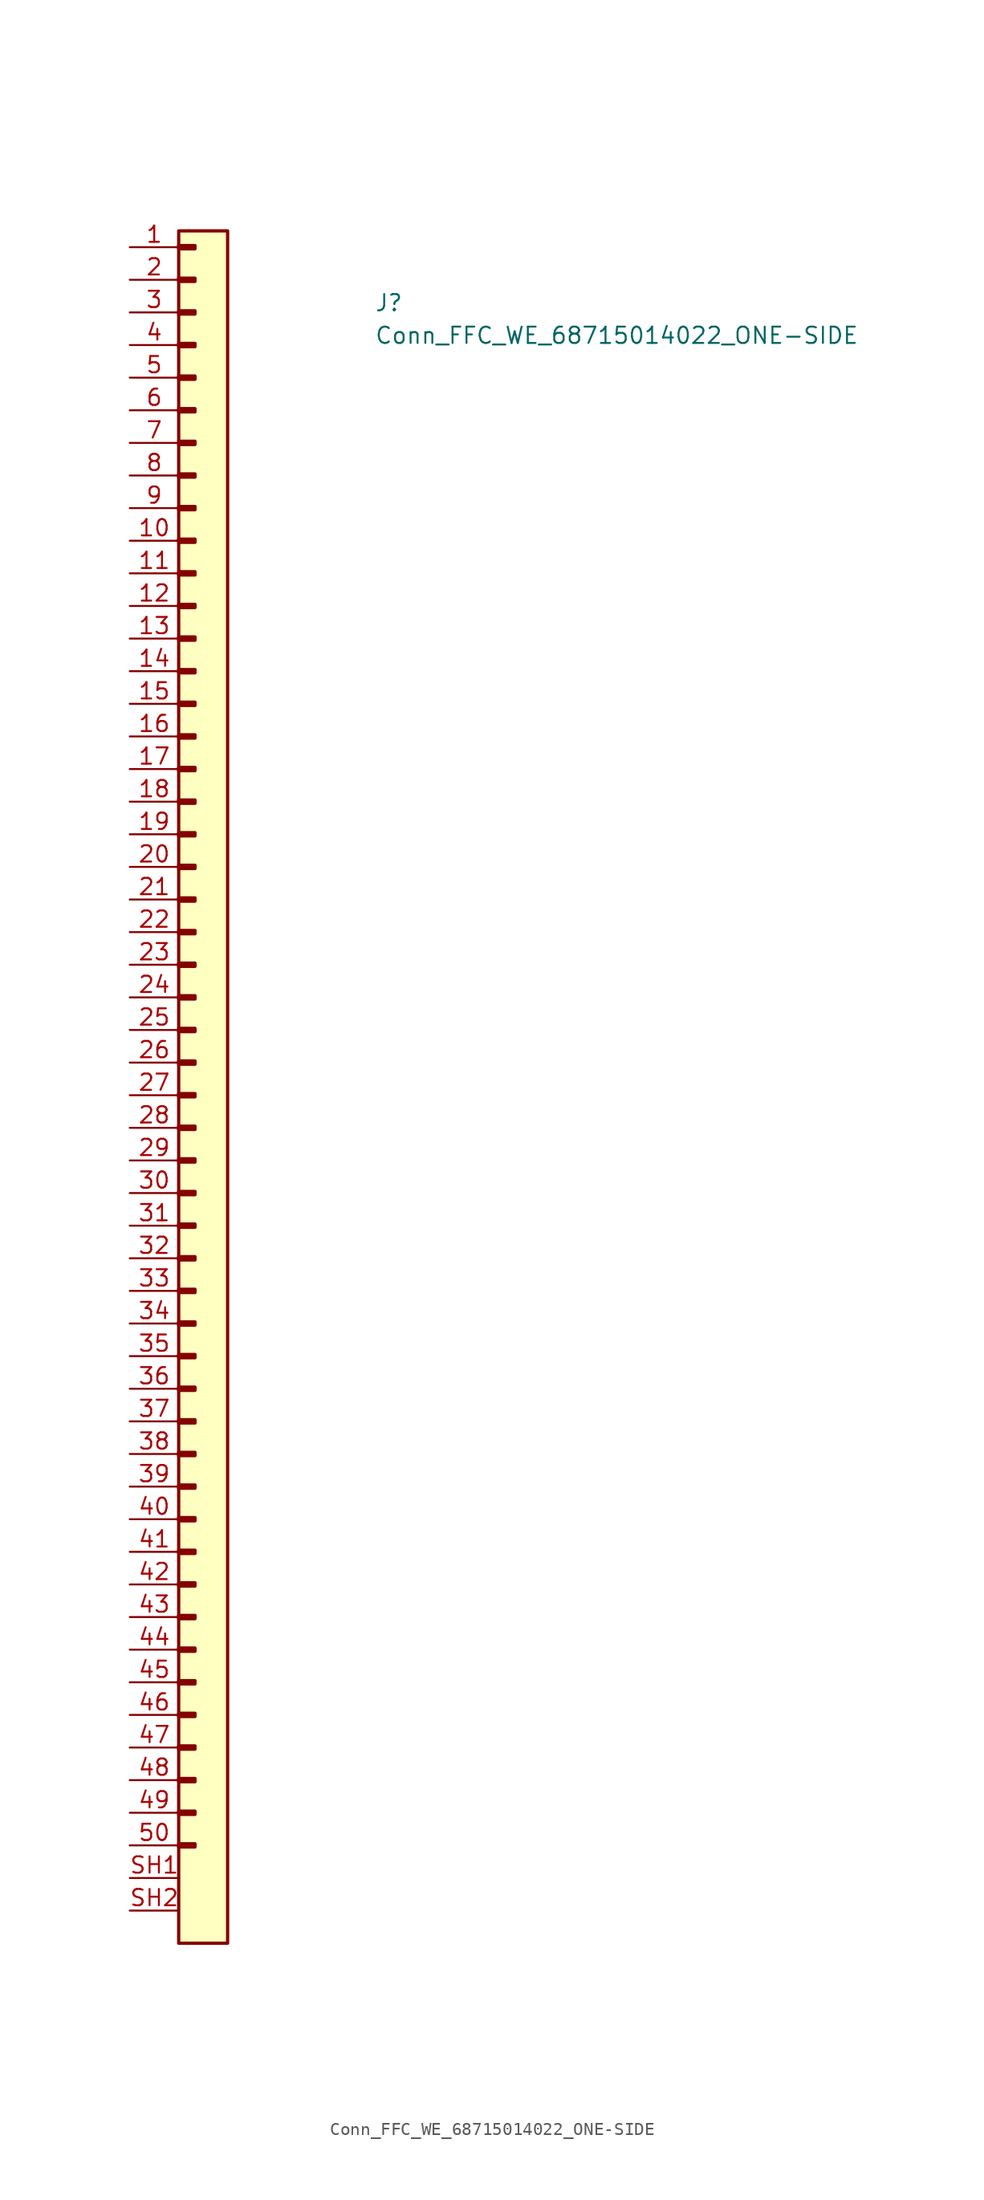
<source format=kicad_sym>
(kicad_symbol_lib
  (version 20211014)
  (generator kicad_symbol_editor)
  (symbol "Conn_FFC_WE_68715014022_ONE-SIDE"
    (pin_names hide)
    (property "Reference" "J"
      (at 19.05 -5.08 0)
      (effects (font (size 1.27 1.27) (thickness 0.15)) (justify left bottom)))
    (property "Value" "Conn_FFC_WE_68715014022_ONE-SIDE"
      (at 19.05 -7.62 0)
      (effects (font (size 1.27 1.27) (thickness 0.15)) (justify left bottom)))
    (symbol "Conn_FFC_WE_68715014022_ONE-SIDE_1_1"
      (rectangle (start 3.81 -124.333) (end 5.08 -124.587) (stroke (width 0.254) (type default) (color 0 0 0 0)) (fill (type background)))
      (rectangle (start 3.81 -121.793) (end 5.08 -122.047) (stroke (width 0.254) (type default) (color 0 0 0 0)) (fill (type background)))
      (rectangle (start 3.81 -119.253) (end 5.08 -119.507) (stroke (width 0.254) (type default) (color 0 0 0 0)) (fill (type background)))
      (rectangle (start 3.81 -116.713) (end 5.08 -116.967) (stroke (width 0.254) (type default) (color 0 0 0 0)) (fill (type background)))
      (rectangle (start 3.81 -114.173) (end 5.08 -114.427) (stroke (width 0.254) (type default) (color 0 0 0 0)) (fill (type background)))
      (rectangle (start 3.81 -111.633) (end 5.08 -111.887) (stroke (width 0.254) (type default) (color 0 0 0 0)) (fill (type background)))
      (rectangle (start 3.81 -109.093) (end 5.08 -109.347) (stroke (width 0.254) (type default) (color 0 0 0 0)) (fill (type background)))
      (rectangle (start 3.81 -106.553) (end 5.08 -106.807) (stroke (width 0.254) (type default) (color 0 0 0 0)) (fill (type background)))
      (rectangle (start 3.81 -104.013) (end 5.08 -104.267) (stroke (width 0.254) (type default) (color 0 0 0 0)) (fill (type background)))
      (rectangle (start 3.81 -101.473) (end 5.08 -101.727) (stroke (width 0.254) (type default) (color 0 0 0 0)) (fill (type background)))
      (rectangle (start 3.81 -98.933) (end 5.08 -99.187) (stroke (width 0.254) (type default) (color 0 0 0 0)) (fill (type background)))
      (rectangle (start 3.81 -96.393) (end 5.08 -96.647) (stroke (width 0.254) (type default) (color 0 0 0 0)) (fill (type background)))
      (rectangle (start 3.81 -93.853) (end 5.08 -94.107) (stroke (width 0.254) (type default) (color 0 0 0 0)) (fill (type background)))
      (rectangle (start 3.81 -91.313) (end 5.08 -91.567) (stroke (width 0.254) (type default) (color 0 0 0 0)) (fill (type background)))
      (rectangle (start 3.81 -88.773) (end 5.08 -89.027) (stroke (width 0.254) (type default) (color 0 0 0 0)) (fill (type background)))
      (rectangle (start 3.81 -86.233) (end 5.08 -86.487) (stroke (width 0.254) (type default) (color 0 0 0 0)) (fill (type background)))
      (rectangle (start 3.81 -83.693) (end 5.08 -83.947) (stroke (width 0.254) (type default) (color 0 0 0 0)) (fill (type background)))
      (rectangle (start 3.81 -81.153) (end 5.08 -81.407) (stroke (width 0.254) (type default) (color 0 0 0 0)) (fill (type background)))
      (rectangle (start 3.81 -78.613) (end 5.08 -78.867) (stroke (width 0.254) (type default) (color 0 0 0 0)) (fill (type background)))
      (rectangle (start 3.81 -76.073) (end 5.08 -76.327) (stroke (width 0.254) (type default) (color 0 0 0 0)) (fill (type background)))
      (rectangle (start 3.81 -73.533) (end 5.08 -73.787) (stroke (width 0.254) (type default) (color 0 0 0 0)) (fill (type background)))
      (rectangle (start 3.81 -70.993) (end 5.08 -71.247) (stroke (width 0.254) (type default) (color 0 0 0 0)) (fill (type background)))
      (rectangle (start 3.81 -68.453) (end 5.08 -68.707) (stroke (width 0.254) (type default) (color 0 0 0 0)) (fill (type background)))
      (rectangle (start 3.81 -65.913) (end 5.08 -66.167) (stroke (width 0.254) (type default) (color 0 0 0 0)) (fill (type background)))
      (rectangle (start 3.81 -63.373) (end 5.08 -63.627) (stroke (width 0.254) (type default) (color 0 0 0 0)) (fill (type background)))
      (rectangle (start 3.81 -60.833) (end 5.08 -61.087) (stroke (width 0.254) (type default) (color 0 0 0 0)) (fill (type background)))
      (rectangle (start 3.81 -58.293) (end 5.08 -58.547) (stroke (width 0.254) (type default) (color 0 0 0 0)) (fill (type background)))
      (rectangle (start 3.81 -55.753) (end 5.08 -56.007) (stroke (width 0.254) (type default) (color 0 0 0 0)) (fill (type background)))
      (rectangle (start 3.81 -53.213) (end 5.08 -53.467) (stroke (width 0.254) (type default) (color 0 0 0 0)) (fill (type background)))
      (rectangle (start 3.81 -50.673) (end 5.08 -50.927) (stroke (width 0.254) (type default) (color 0 0 0 0)) (fill (type background)))
      (rectangle (start 3.81 -48.133) (end 5.08 -48.387) (stroke (width 0.254) (type default) (color 0 0 0 0)) (fill (type background)))
      (rectangle (start 3.81 -45.593) (end 5.08 -45.847) (stroke (width 0.254) (type default) (color 0 0 0 0)) (fill (type background)))
      (rectangle (start 3.81 -43.053) (end 5.08 -43.307) (stroke (width 0.254) (type default) (color 0 0 0 0)) (fill (type background)))
      (rectangle (start 3.81 -40.513) (end 5.08 -40.767) (stroke (width 0.254) (type default) (color 0 0 0 0)) (fill (type background)))
      (rectangle (start 3.81 -37.973) (end 5.08 -38.227) (stroke (width 0.254) (type default) (color 0 0 0 0)) (fill (type background)))
      (rectangle (start 3.81 -35.433) (end 5.08 -35.687) (stroke (width 0.254) (type default) (color 0 0 0 0)) (fill (type background)))
      (rectangle (start 3.81 -32.893) (end 5.08 -33.147) (stroke (width 0.254) (type default) (color 0 0 0 0)) (fill (type background)))
      (rectangle (start 3.81 -30.353) (end 5.08 -30.607) (stroke (width 0.254) (type default) (color 0 0 0 0)) (fill (type background)))
      (rectangle (start 3.81 -27.813) (end 5.08 -28.067) (stroke (width 0.254) (type default) (color 0 0 0 0)) (fill (type background)))
      (rectangle (start 3.81 -25.273) (end 5.08 -25.527) (stroke (width 0.254) (type default) (color 0 0 0 0)) (fill (type background)))
      (rectangle (start 3.81 -22.733) (end 5.08 -22.987) (stroke (width 0.254) (type default) (color 0 0 0 0)) (fill (type background)))
      (rectangle (start 3.81 -20.193) (end 5.08 -20.447) (stroke (width 0.254) (type default) (color 0 0 0 0)) (fill (type background)))
      (rectangle (start 3.81 -17.653) (end 5.08 -17.907) (stroke (width 0.254) (type default) (color 0 0 0 0)) (fill (type background)))
      (rectangle (start 3.81 -15.113) (end 5.08 -15.367) (stroke (width 0.254) (type default) (color 0 0 0 0)) (fill (type background)))
      (rectangle (start 3.81 -12.573) (end 5.08 -12.827) (stroke (width 0.254) (type default) (color 0 0 0 0)) (fill (type background)))
      (rectangle (start 3.81 -10.033) (end 5.08 -10.287) (stroke (width 0.254) (type default) (color 0 0 0 0)) (fill (type background)))
      (rectangle (start 3.81 -7.493) (end 5.08 -7.747) (stroke (width 0.254) (type default) (color 0 0 0 0)) (fill (type background)))
      (rectangle (start 3.81 -4.953) (end 5.08 -5.207) (stroke (width 0.254) (type default) (color 0 0 0 0)) (fill (type background)))
      (rectangle (start 3.81 -2.413) (end 5.08 -2.667) (stroke (width 0.254) (type default) (color 0 0 0 0)) (fill (type background)))
      (rectangle (start 3.81 0.127) (end 5.08 -0.127) (stroke (width 0.254) (type default) (color 0 0 0 0)) (fill (type background)))
      (rectangle (start 3.81 1.27) (end 7.62 -132.08) (stroke (width 0.254) (type default) (color 0 0 0 0)) (fill (type background)))
      (pin passive line (at 0 0 0) (length 3.81) (name "~" (effects (font (size 1.27 1.27)))) (number "1" (effects (font (size 1.27 1.27)))))
      (pin passive line (at 0 -22.86 0) (length 3.81) (name "~" (effects (font (size 1.27 1.27)))) (number "10" (effects (font (size 1.27 1.27)))))
      (pin passive line (at 0 -25.4 0) (length 3.81) (name "~" (effects (font (size 1.27 1.27)))) (number "11" (effects (font (size 1.27 1.27)))))
      (pin passive line (at 0 -27.94 0) (length 3.81) (name "~" (effects (font (size 1.27 1.27)))) (number "12" (effects (font (size 1.27 1.27)))))
      (pin passive line (at 0 -30.48 0) (length 3.81) (name "~" (effects (font (size 1.27 1.27)))) (number "13" (effects (font (size 1.27 1.27)))))
      (pin passive line (at 0 -33.02 0) (length 3.81) (name "~" (effects (font (size 1.27 1.27)))) (number "14" (effects (font (size 1.27 1.27)))))
      (pin passive line (at 0 -35.56 0) (length 3.81) (name "~" (effects (font (size 1.27 1.27)))) (number "15" (effects (font (size 1.27 1.27)))))
      (pin passive line (at 0 -38.1 0) (length 3.81) (name "~" (effects (font (size 1.27 1.27)))) (number "16" (effects (font (size 1.27 1.27)))))
      (pin passive line (at 0 -40.64 0) (length 3.81) (name "~" (effects (font (size 1.27 1.27)))) (number "17" (effects (font (size 1.27 1.27)))))
      (pin passive line (at 0 -43.18 0) (length 3.81) (name "~" (effects (font (size 1.27 1.27)))) (number "18" (effects (font (size 1.27 1.27)))))
      (pin passive line (at 0 -45.72 0) (length 3.81) (name "~" (effects (font (size 1.27 1.27)))) (number "19" (effects (font (size 1.27 1.27)))))
      (pin passive line (at 0 -2.54 0) (length 3.81) (name "~" (effects (font (size 1.27 1.27)))) (number "2" (effects (font (size 1.27 1.27)))))
      (pin passive line (at 0 -48.26 0) (length 3.81) (name "~" (effects (font (size 1.27 1.27)))) (number "20" (effects (font (size 1.27 1.27)))))
      (pin passive line (at 0 -50.8 0) (length 3.81) (name "~" (effects (font (size 1.27 1.27)))) (number "21" (effects (font (size 1.27 1.27)))))
      (pin passive line (at 0 -53.34 0) (length 3.81) (name "~" (effects (font (size 1.27 1.27)))) (number "22" (effects (font (size 1.27 1.27)))))
      (pin passive line (at 0 -55.88 0) (length 3.81) (name "~" (effects (font (size 1.27 1.27)))) (number "23" (effects (font (size 1.27 1.27)))))
      (pin passive line (at 0 -58.42 0) (length 3.81) (name "~" (effects (font (size 1.27 1.27)))) (number "24" (effects (font (size 1.27 1.27)))))
      (pin passive line (at 0 -60.96 0) (length 3.81) (name "~" (effects (font (size 1.27 1.27)))) (number "25" (effects (font (size 1.27 1.27)))))
      (pin passive line (at 0 -63.5 0) (length 3.81) (name "~" (effects (font (size 1.27 1.27)))) (number "26" (effects (font (size 1.27 1.27)))))
      (pin passive line (at 0 -66.04 0) (length 3.81) (name "~" (effects (font (size 1.27 1.27)))) (number "27" (effects (font (size 1.27 1.27)))))
      (pin passive line (at 0 -68.58 0) (length 3.81) (name "~" (effects (font (size 1.27 1.27)))) (number "28" (effects (font (size 1.27 1.27)))))
      (pin passive line (at 0 -71.12 0) (length 3.81) (name "~" (effects (font (size 1.27 1.27)))) (number "29" (effects (font (size 1.27 1.27)))))
      (pin passive line (at 0 -5.08 0) (length 3.81) (name "~" (effects (font (size 1.27 1.27)))) (number "3" (effects (font (size 1.27 1.27)))))
      (pin passive line (at 0 -73.66 0) (length 3.81) (name "~" (effects (font (size 1.27 1.27)))) (number "30" (effects (font (size 1.27 1.27)))))
      (pin passive line (at 0 -76.2 0) (length 3.81) (name "~" (effects (font (size 1.27 1.27)))) (number "31" (effects (font (size 1.27 1.27)))))
      (pin passive line (at 0 -78.74 0) (length 3.81) (name "~" (effects (font (size 1.27 1.27)))) (number "32" (effects (font (size 1.27 1.27)))))
      (pin passive line (at 0 -81.28 0) (length 3.81) (name "~" (effects (font (size 1.27 1.27)))) (number "33" (effects (font (size 1.27 1.27)))))
      (pin passive line (at 0 -83.82 0) (length 3.81) (name "~" (effects (font (size 1.27 1.27)))) (number "34" (effects (font (size 1.27 1.27)))))
      (pin passive line (at 0 -86.36 0) (length 3.81) (name "~" (effects (font (size 1.27 1.27)))) (number "35" (effects (font (size 1.27 1.27)))))
      (pin passive line (at 0 -88.9 0) (length 3.81) (name "~" (effects (font (size 1.27 1.27)))) (number "36" (effects (font (size 1.27 1.27)))))
      (pin passive line (at 0 -91.44 0) (length 3.81) (name "~" (effects (font (size 1.27 1.27)))) (number "37" (effects (font (size 1.27 1.27)))))
      (pin passive line (at 0 -93.98 0) (length 3.81) (name "~" (effects (font (size 1.27 1.27)))) (number "38" (effects (font (size 1.27 1.27)))))
      (pin passive line (at 0 -96.52 0) (length 3.81) (name "~" (effects (font (size 1.27 1.27)))) (number "39" (effects (font (size 1.27 1.27)))))
      (pin passive line (at 0 -7.62 0) (length 3.81) (name "~" (effects (font (size 1.27 1.27)))) (number "4" (effects (font (size 1.27 1.27)))))
      (pin passive line (at 0 -99.06 0) (length 3.81) (name "~" (effects (font (size 1.27 1.27)))) (number "40" (effects (font (size 1.27 1.27)))))
      (pin passive line (at 0 -101.6 0) (length 3.81) (name "~" (effects (font (size 1.27 1.27)))) (number "41" (effects (font (size 1.27 1.27)))))
      (pin passive line (at 0 -104.14 0) (length 3.81) (name "~" (effects (font (size 1.27 1.27)))) (number "42" (effects (font (size 1.27 1.27)))))
      (pin passive line (at 0 -106.68 0) (length 3.81) (name "~" (effects (font (size 1.27 1.27)))) (number "43" (effects (font (size 1.27 1.27)))))
      (pin passive line (at 0 -109.22 0) (length 3.81) (name "~" (effects (font (size 1.27 1.27)))) (number "44" (effects (font (size 1.27 1.27)))))
      (pin passive line (at 0 -111.76 0) (length 3.81) (name "~" (effects (font (size 1.27 1.27)))) (number "45" (effects (font (size 1.27 1.27)))))
      (pin passive line (at 0 -114.3 0) (length 3.81) (name "~" (effects (font (size 1.27 1.27)))) (number "46" (effects (font (size 1.27 1.27)))))
      (pin passive line (at 0 -116.84 0) (length 3.81) (name "~" (effects (font (size 1.27 1.27)))) (number "47" (effects (font (size 1.27 1.27)))))
      (pin passive line (at 0 -119.38 0) (length 3.81) (name "~" (effects (font (size 1.27 1.27)))) (number "48" (effects (font (size 1.27 1.27)))))
      (pin passive line (at 0 -121.92 0) (length 3.81) (name "~" (effects (font (size 1.27 1.27)))) (number "49" (effects (font (size 1.27 1.27)))))
      (pin passive line (at 0 -10.16 0) (length 3.81) (name "~" (effects (font (size 1.27 1.27)))) (number "5" (effects (font (size 1.27 1.27)))))
      (pin passive line (at 0 -124.46 0) (length 3.81) (name "~" (effects (font (size 1.27 1.27)))) (number "50" (effects (font (size 1.27 1.27)))))
      (pin passive line (at 0 -12.7 0) (length 3.81) (name "~" (effects (font (size 1.27 1.27)))) (number "6" (effects (font (size 1.27 1.27)))))
      (pin passive line (at 0 -15.24 0) (length 3.81) (name "~" (effects (font (size 1.27 1.27)))) (number "7" (effects (font (size 1.27 1.27)))))
      (pin passive line (at 0 -17.78 0) (length 3.81) (name "~" (effects (font (size 1.27 1.27)))) (number "8" (effects (font (size 1.27 1.27)))))
      (pin passive line (at 0 -20.32 0) (length 3.81) (name "~" (effects (font (size 1.27 1.27)))) (number "9" (effects (font (size 1.27 1.27)))))
      (pin passive line (at 0 -127 0) (length 3.81) (name "SH" (effects (font (size 1.27 1.27)))) (number "SH1" (effects (font (size 1.27 1.27)))))
      (pin passive line (at 0 -129.54 0) (length 3.81) (name "SH" (effects (font (size 1.27 1.27)))) (number "SH2" (effects (font (size 1.27 1.27))))))))
</source>
